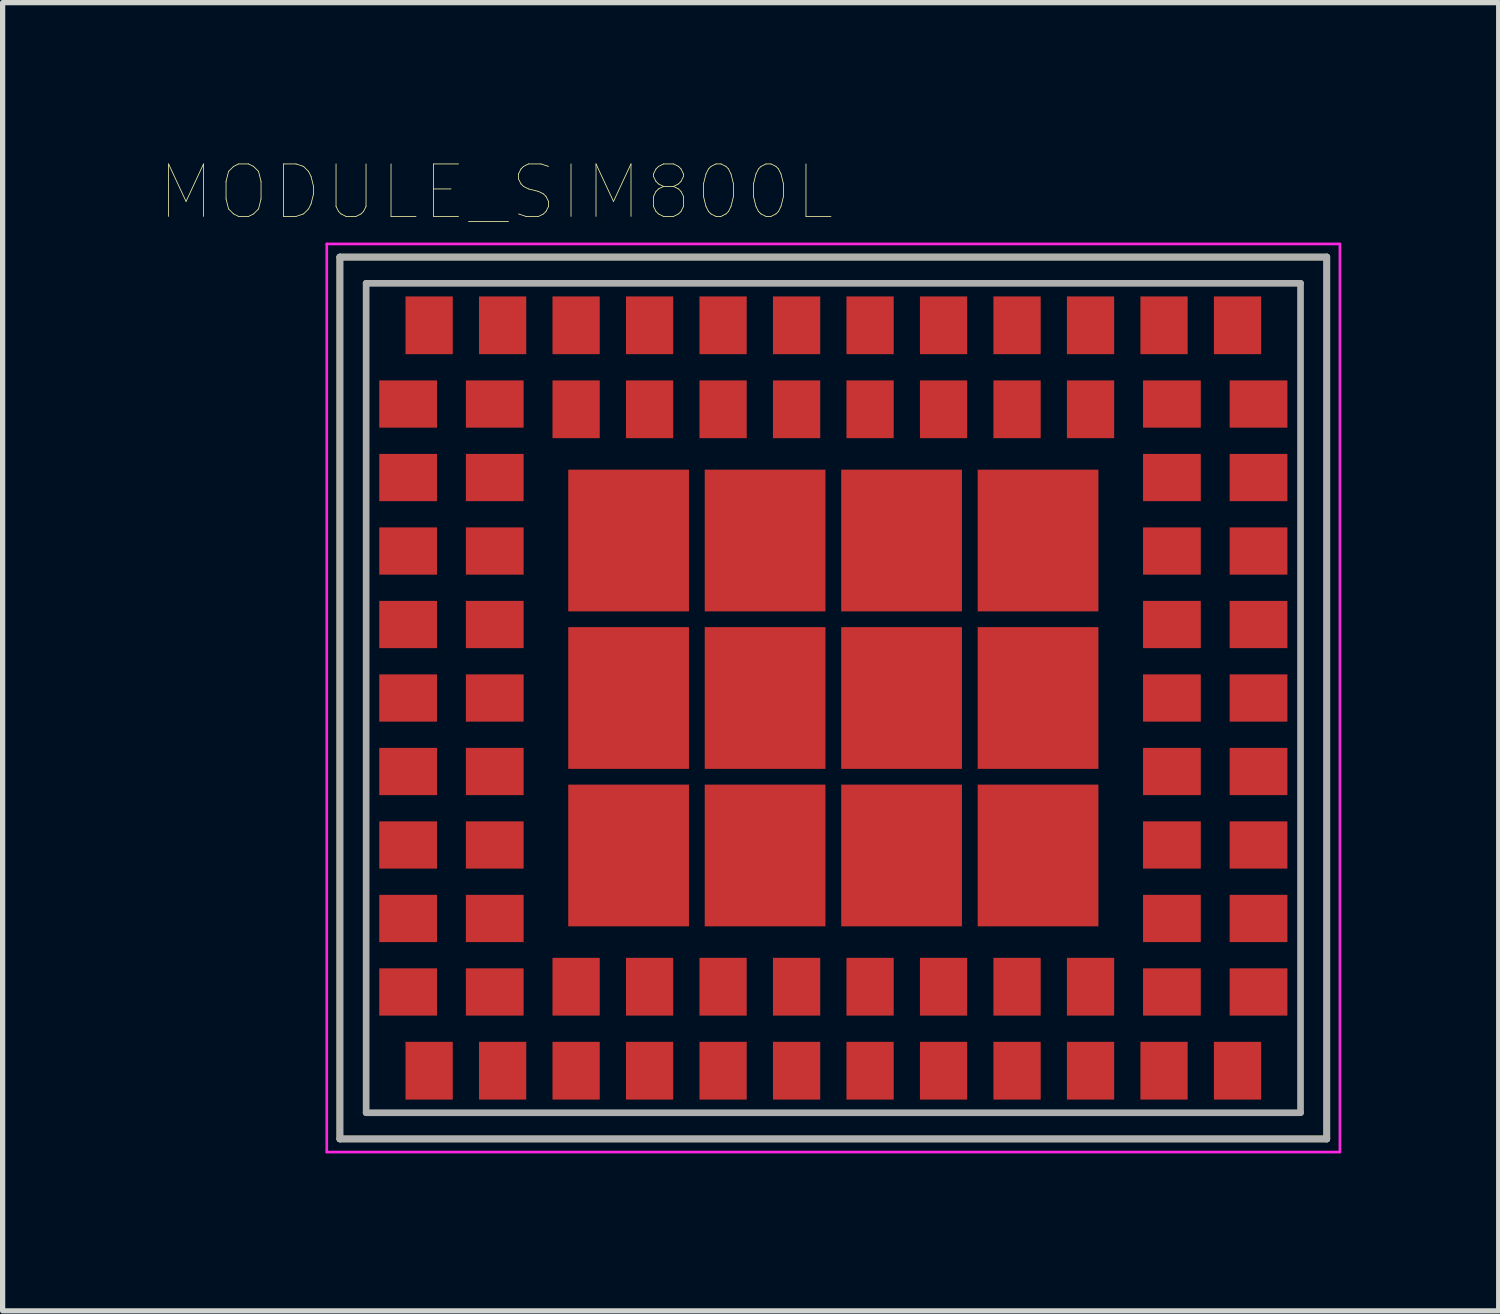
<source format=kicad_pcb>
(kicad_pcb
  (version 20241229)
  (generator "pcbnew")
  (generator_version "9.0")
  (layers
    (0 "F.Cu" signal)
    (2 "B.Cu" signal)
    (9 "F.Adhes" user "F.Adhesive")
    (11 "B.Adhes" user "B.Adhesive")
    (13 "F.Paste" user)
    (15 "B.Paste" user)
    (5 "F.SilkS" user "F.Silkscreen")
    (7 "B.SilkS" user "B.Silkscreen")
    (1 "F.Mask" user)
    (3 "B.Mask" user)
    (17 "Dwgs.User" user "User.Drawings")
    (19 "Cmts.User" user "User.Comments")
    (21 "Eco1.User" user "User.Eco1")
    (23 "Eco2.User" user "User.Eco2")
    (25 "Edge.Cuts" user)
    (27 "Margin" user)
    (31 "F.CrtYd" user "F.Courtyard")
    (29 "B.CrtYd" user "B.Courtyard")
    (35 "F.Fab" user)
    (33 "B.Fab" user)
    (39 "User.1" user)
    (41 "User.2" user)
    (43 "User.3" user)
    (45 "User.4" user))
  (footprint "MODULE_SIM800L"
    (layer "F.Cu")
    (at 12.825 10.247)
    (property "Reference" "MODULE_SIM800L" (at -6.426 -9.636 0) (layer "F.SilkS") (effects (font (size 1 1) (thickness 0.015))))
    (attr through_hole)
    (fp_line (start -9.4 -8.4) (end -9.4 8.4) (stroke (width 0.127) (type solid)) (layer "F.SilkS"))
    (fp_line (start -9.4 8.4) (end 9.4 8.4) (stroke (width 0.127) (type solid)) (layer "F.SilkS"))
    (fp_line (start 9.4 -8.4) (end -9.4 -8.4) (stroke (width 0.127) (type solid)) (layer "F.SilkS"))
    (fp_line (start 9.4 8.4) (end 9.4 -8.4) (stroke (width 0.127) (type solid)) (layer "F.SilkS"))
    (fp_line (start -9.65 -8.65) (end 9.65 -8.65) (stroke (width 0.05) (type solid)) (layer "F.CrtYd"))
    (fp_line (start -9.65 8.65) (end -9.65 -8.65) (stroke (width 0.05) (type solid)) (layer "F.CrtYd"))
    (fp_line (start 9.65 -8.65) (end 9.65 8.65) (stroke (width 0.05) (type solid)) (layer "F.CrtYd"))
    (fp_line (start 9.65 8.65) (end -9.65 8.65) (stroke (width 0.05) (type solid)) (layer "F.CrtYd"))
    (fp_line (start -9.4 -8.4) (end -9.4 8.4) (stroke (width 0.127) (type solid)) (layer "F.Fab"))
    (fp_line (start -9.4 8.4) (end 9.4 8.4) (stroke (width 0.127) (type solid)) (layer "F.Fab"))
    (fp_line (start -8.9 -7.9) (end 8.9 -7.9) (stroke (width 0.127) (type solid)) (layer "F.Fab"))
    (fp_line (start -8.9 7.9) (end -8.9 -7.9) (stroke (width 0.127) (type solid)) (layer "F.Fab"))
    (fp_line (start 8.9 -7.9) (end 8.9 7.9) (stroke (width 0.127) (type solid)) (layer "F.Fab"))
    (fp_line (start 8.9 7.9) (end -8.9 7.9) (stroke (width 0.127) (type solid)) (layer "F.Fab"))
    (fp_line (start 9.4 -8.4) (end -9.4 -8.4) (stroke (width 0.127) (type solid)) (layer "F.Fab"))
    (fp_line (start 9.4 8.4) (end 9.4 -8.4) (stroke (width 0.127) (type solid)) (layer "F.Fab"))
    (pad "1" smd rect (at -8.1 -5.6) (size 1.1 0.9) (layers "F.Cu" "F.Mask" "F.Paste"))
    (pad "2" smd rect (at -8.1 -4.2) (size 1.1 0.9) (layers "F.Cu" "F.Mask" "F.Paste"))
    (pad "3" smd rect (at -8.1 -2.8) (size 1.1 0.9) (layers "F.Cu" "F.Mask" "F.Paste"))
    (pad "4" smd rect (at -8.1 -1.4) (size 1.1 0.9) (layers "F.Cu" "F.Mask" "F.Paste"))
    (pad "5" smd rect (at -8.1 0) (size 1.1 0.9) (layers "F.Cu" "F.Mask" "F.Paste"))
    (pad "6" smd rect (at -8.1 1.4) (size 1.1 0.9) (layers "F.Cu" "F.Mask" "F.Paste"))
    (pad "7" smd rect (at -8.1 2.8) (size 1.1 0.9) (layers "F.Cu" "F.Mask" "F.Paste"))
    (pad "8" smd rect (at -8.1 4.2) (size 1.1 0.9) (layers "F.Cu" "F.Mask" "F.Paste"))
    (pad "9" smd rect (at -8.1 5.6) (size 1.1 0.9) (layers "F.Cu" "F.Mask" "F.Paste"))
    (pad "10" smd rect (at -7.7 7.1) (size 0.9 1.1) (layers "F.Cu" "F.Mask" "F.Paste"))
    (pad "11" smd rect (at -6.3 7.1) (size 0.9 1.1) (layers "F.Cu" "F.Mask" "F.Paste"))
    (pad "12" smd rect (at -4.9 7.1) (size 0.9 1.1) (layers "F.Cu" "F.Mask" "F.Paste"))
    (pad "13" smd rect (at -3.5 7.1) (size 0.9 1.1) (layers "F.Cu" "F.Mask" "F.Paste"))
    (pad "14" smd rect (at -2.1 7.1) (size 0.9 1.1) (layers "F.Cu" "F.Mask" "F.Paste"))
    (pad "15" smd rect (at -0.7 7.1) (size 0.9 1.1) (layers "F.Cu" "F.Mask" "F.Paste"))
    (pad "16" smd rect (at 0.7 7.1) (size 0.9 1.1) (layers "F.Cu" "F.Mask" "F.Paste"))
    (pad "17" smd rect (at 2.1 7.1) (size 0.9 1.1) (layers "F.Cu" "F.Mask" "F.Paste"))
    (pad "18" smd rect (at 3.5 7.1) (size 0.9 1.1) (layers "F.Cu" "F.Mask" "F.Paste"))
    (pad "19" smd rect (at 4.9 7.1) (size 0.9 1.1) (layers "F.Cu" "F.Mask" "F.Paste"))
    (pad "20" smd rect (at 6.3 7.1) (size 0.9 1.1) (layers "F.Cu" "F.Mask" "F.Paste"))
    (pad "21" smd rect (at 7.7 7.1) (size 0.9 1.1) (layers "F.Cu" "F.Mask" "F.Paste"))
    (pad "22" smd rect (at 8.1 5.6) (size 1.1 0.9) (layers "F.Cu" "F.Mask" "F.Paste"))
    (pad "23" smd rect (at 8.1 4.2) (size 1.1 0.9) (layers "F.Cu" "F.Mask" "F.Paste"))
    (pad "24" smd rect (at 8.1 2.8) (size 1.1 0.9) (layers "F.Cu" "F.Mask" "F.Paste"))
    (pad "25" smd rect (at 8.1 1.4) (size 1.1 0.9) (layers "F.Cu" "F.Mask" "F.Paste"))
    (pad "26" smd rect (at 8.1 0) (size 1.1 0.9) (layers "F.Cu" "F.Mask" "F.Paste"))
    (pad "27" smd rect (at 8.1 -1.4) (size 1.1 0.9) (layers "F.Cu" "F.Mask" "F.Paste"))
    (pad "28" smd rect (at 8.1 -2.8) (size 1.1 0.9) (layers "F.Cu" "F.Mask" "F.Paste"))
    (pad "29" smd rect (at 8.1 -4.2) (size 1.1 0.9) (layers "F.Cu" "F.Mask" "F.Paste"))
    (pad "30" smd rect (at 8.1 -5.6) (size 1.1 0.9) (layers "F.Cu" "F.Mask" "F.Paste"))
    (pad "31" smd rect (at 7.7 -7.1) (size 0.9 1.1) (layers "F.Cu" "F.Mask" "F.Paste"))
    (pad "32" smd rect (at 6.3 -7.1) (size 0.9 1.1) (layers "F.Cu" "F.Mask" "F.Paste"))
    (pad "33" smd rect (at 4.9 -7.1) (size 0.9 1.1) (layers "F.Cu" "F.Mask" "F.Paste"))
    (pad "34" smd rect (at 3.5 -7.1) (size 0.9 1.1) (layers "F.Cu" "F.Mask" "F.Paste"))
    (pad "35" smd rect (at 2.1 -7.1) (size 0.9 1.1) (layers "F.Cu" "F.Mask" "F.Paste"))
    (pad "36" smd rect (at 0.7 -7.1) (size 0.9 1.1) (layers "F.Cu" "F.Mask" "F.Paste"))
    (pad "37" smd rect (at -0.7 -7.1) (size 0.9 1.1) (layers "F.Cu" "F.Mask" "F.Paste"))
    (pad "38" smd rect (at -2.1 -7.1) (size 0.9 1.1) (layers "F.Cu" "F.Mask" "F.Paste"))
    (pad "39" smd rect (at -3.5 -7.1) (size 0.9 1.1) (layers "F.Cu" "F.Mask" "F.Paste"))
    (pad "40" smd rect (at -4.9 -7.1) (size 0.9 1.1) (layers "F.Cu" "F.Mask" "F.Paste"))
    (pad "41" smd rect (at -6.3 -7.1) (size 0.9 1.1) (layers "F.Cu" "F.Mask" "F.Paste"))
    (pad "42" smd rect (at -7.7 -7.1) (size 0.9 1.1) (layers "F.Cu" "F.Mask" "F.Paste"))
    (pad "43" smd rect (at -6.45 -5.6) (size 1.1 0.9) (layers "F.Cu" "F.Mask" "F.Paste"))
    (pad "44" smd rect (at -6.45 -4.2) (size 1.1 0.9) (layers "F.Cu" "F.Mask" "F.Paste"))
    (pad "45" smd rect (at -6.45 -2.8) (size 1.1 0.9) (layers "F.Cu" "F.Mask" "F.Paste"))
    (pad "46" smd rect (at -6.45 -1.4) (size 1.1 0.9) (layers "F.Cu" "F.Mask" "F.Paste"))
    (pad "47" smd rect (at -6.45 0) (size 1.1 0.9) (layers "F.Cu" "F.Mask" "F.Paste"))
    (pad "48" smd rect (at -6.45 1.4) (size 1.1 0.9) (layers "F.Cu" "F.Mask" "F.Paste"))
    (pad "49" smd rect (at -6.45 2.8) (size 1.1 0.9) (layers "F.Cu" "F.Mask" "F.Paste"))
    (pad "50" smd rect (at -6.45 4.2) (size 1.1 0.9) (layers "F.Cu" "F.Mask" "F.Paste"))
    (pad "51" smd rect (at -6.45 5.6) (size 1.1 0.9) (layers "F.Cu" "F.Mask" "F.Paste"))
    (pad "52" smd rect (at -4.9 5.5) (size 0.9 1.1) (layers "F.Cu" "F.Mask" "F.Paste"))
    (pad "53" smd rect (at -3.5 5.5) (size 0.9 1.1) (layers "F.Cu" "F.Mask" "F.Paste"))
    (pad "54" smd rect (at -2.1 5.5) (size 0.9 1.1) (layers "F.Cu" "F.Mask" "F.Paste"))
    (pad "55" smd rect (at -0.7 5.5) (size 0.9 1.1) (layers "F.Cu" "F.Mask" "F.Paste"))
    (pad "56" smd rect (at 0.7 5.5) (size 0.9 1.1) (layers "F.Cu" "F.Mask" "F.Paste"))
    (pad "57" smd rect (at 2.1 5.5) (size 0.9 1.1) (layers "F.Cu" "F.Mask" "F.Paste"))
    (pad "58" smd rect (at 3.5 5.5) (size 0.9 1.1) (layers "F.Cu" "F.Mask" "F.Paste"))
    (pad "59" smd rect (at 4.9 5.5) (size 0.9 1.1) (layers "F.Cu" "F.Mask" "F.Paste"))
    (pad "60" smd rect (at 6.45 5.6) (size 1.1 0.9) (layers "F.Cu" "F.Mask" "F.Paste"))
    (pad "61" smd rect (at 6.45 4.2) (size 1.1 0.9) (layers "F.Cu" "F.Mask" "F.Paste"))
    (pad "62" smd rect (at 6.45 2.8) (size 1.1 0.9) (layers "F.Cu" "F.Mask" "F.Paste"))
    (pad "63" smd rect (at 6.45 1.4) (size 1.1 0.9) (layers "F.Cu" "F.Mask" "F.Paste"))
    (pad "64" smd rect (at 6.45 0) (size 1.1 0.9) (layers "F.Cu" "F.Mask" "F.Paste"))
    (pad "65" smd rect (at 6.45 -1.4) (size 1.1 0.9) (layers "F.Cu" "F.Mask" "F.Paste"))
    (pad "66" smd rect (at 6.45 -2.8) (size 1.1 0.9) (layers "F.Cu" "F.Mask" "F.Paste"))
    (pad "67" smd rect (at 6.45 -4.2) (size 1.1 0.9) (layers "F.Cu" "F.Mask" "F.Paste"))
    (pad "68" smd rect (at 6.45 -5.6) (size 1.1 0.9) (layers "F.Cu" "F.Mask" "F.Paste"))
    (pad "69" smd rect (at 4.9 -5.5) (size 0.9 1.1) (layers "F.Cu" "F.Mask" "F.Paste"))
    (pad "70" smd rect (at 3.5 -5.5) (size 0.9 1.1) (layers "F.Cu" "F.Mask" "F.Paste"))
    (pad "71" smd rect (at 2.1 -5.5) (size 0.9 1.1) (layers "F.Cu" "F.Mask" "F.Paste"))
    (pad "72" smd rect (at 0.7 -5.5) (size 0.9 1.1) (layers "F.Cu" "F.Mask" "F.Paste"))
    (pad "73" smd rect (at -0.7 -5.5) (size 0.9 1.1) (layers "F.Cu" "F.Mask" "F.Paste"))
    (pad "74" smd rect (at -2.1 -5.5) (size 0.9 1.1) (layers "F.Cu" "F.Mask" "F.Paste"))
    (pad "75" smd rect (at -3.5 -5.5) (size 0.9 1.1) (layers "F.Cu" "F.Mask" "F.Paste"))
    (pad "76" smd rect (at -4.9 -5.5) (size 0.9 1.1) (layers "F.Cu" "F.Mask" "F.Paste"))
    (pad "77" smd rect (at -3.9 -3) (size 2.3 2.7) (layers "F.Cu" "F.Mask" "F.Paste"))
    (pad "78" smd rect (at -3.9 0) (size 2.3 2.7) (layers "F.Cu" "F.Mask" "F.Paste"))
    (pad "79" smd rect (at -3.9 3) (size 2.3 2.7) (layers "F.Cu" "F.Mask" "F.Paste"))
    (pad "80" smd rect (at -1.3 3) (size 2.3 2.7) (layers "F.Cu" "F.Mask" "F.Paste"))
    (pad "81" smd rect (at 1.3 3) (size 2.3 2.7) (layers "F.Cu" "F.Mask" "F.Paste"))
    (pad "82" smd rect (at 3.9 3) (size 2.3 2.7) (layers "F.Cu" "F.Mask" "F.Paste"))
    (pad "83" smd rect (at 3.9 0) (size 2.3 2.7) (layers "F.Cu" "F.Mask" "F.Paste"))
    (pad "84" smd rect (at 3.9 -3) (size 2.3 2.7) (layers "F.Cu" "F.Mask" "F.Paste"))
    (pad "85" smd rect (at 1.3 -3) (size 2.3 2.7) (layers "F.Cu" "F.Mask" "F.Paste"))
    (pad "86" smd rect (at -1.3 -3) (size 2.3 2.7) (layers "F.Cu" "F.Mask" "F.Paste"))
    (pad "87" smd rect (at -1.3 0) (size 2.3 2.7) (layers "F.Cu" "F.Mask" "F.Paste"))
    (pad "88" smd rect (at 1.3 0) (size 2.3 2.7) (layers "F.Cu" "F.Mask" "F.Paste")))
  (gr_rect
    (start -3 -3)
    (end 25.5 21.922)
    (stroke (width 0.1) (type default))
    (fill no)
    (layer "Edge.Cuts")))
</source>
